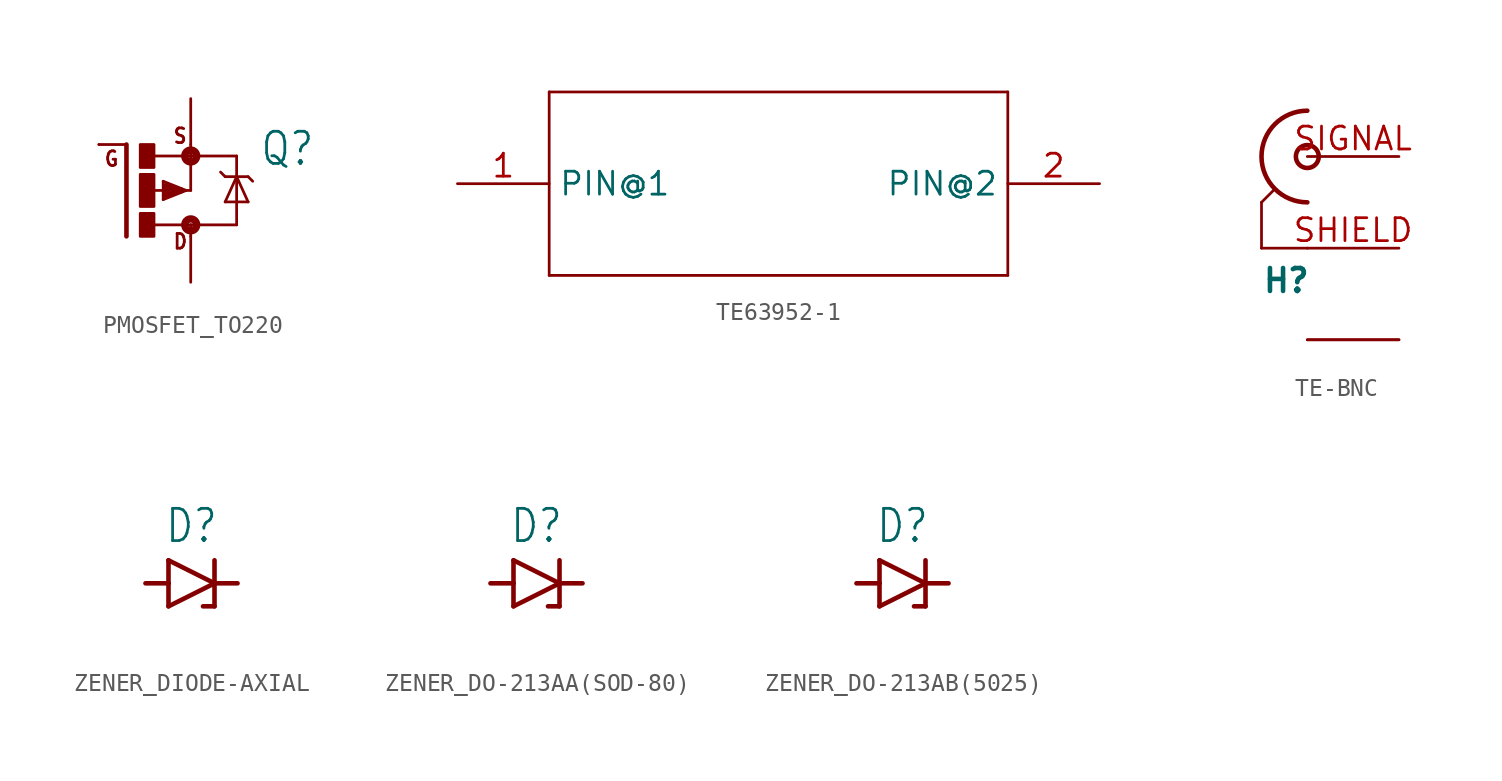
<source format=kicad_sym>
(kicad_symbol_lib
  (version 20220914)
  (generator kicad_symbol_editor)
  (symbol "PMOSFET_TO220"
    (property "Reference" "Q"
      (at 6.35 1.27 0)
      (effects (font (size 1.778 1.511)) (justify left bottom)))
    (property "Value" ""
      (at 6.35 -1.27 0)
      (effects (font (size 1.778 1.511)) (justify left bottom)))
    (property "ki_locked" ""
      (at 0 0 0)
      (effects (font (size 1.27 1.27))))
    (symbol "PMOSFET_TO220_1_0"
      (rectangle (start -0.254 -2.54) (end 0.508 -1.27) (stroke (width 0) (type default)) (fill (type outline)))
      (rectangle (start -0.254 -0.889) (end 0.508 0.889) (stroke (width 0) (type default)) (fill (type outline)))
      (rectangle (start -0.254 1.27) (end 0.508 2.54) (stroke (width 0) (type default)) (fill (type outline)))
      (polyline (pts (xy -1.016 -2.54) (xy -1.016 2.54)) (stroke (width 0.254) (type solid)) (fill (type none)))
      (polyline (pts (xy -1.016 2.54) (xy -2.54 2.54)) (stroke (width 0.152) (type solid)) (fill (type none)))
      (polyline (pts (xy 0.508 1.905) (xy 2.54 1.905)) (stroke (width 0.152) (type solid)) (fill (type none)))
      (polyline (pts (xy 1.016 -0.508) (xy 1.016 0.508)) (stroke (width 0.152) (type solid)) (fill (type none)))
      (polyline (pts (xy 1.016 0.508) (xy 2.286 0)) (stroke (width 0.152) (type solid)) (fill (type none)))
      (polyline (pts (xy 1.143 -0.254) (xy 1.143 0)) (stroke (width 0.305) (type solid)) (fill (type none)))
      (polyline (pts (xy 1.143 0) (xy 0.254 0)) (stroke (width 0.152) (type solid)) (fill (type none)))
      (polyline (pts (xy 1.143 0) (xy 1.397 0)) (stroke (width 0.305) (type solid)) (fill (type none)))
      (polyline (pts (xy 1.143 0.254) (xy 2.032 0)) (stroke (width 0.305) (type solid)) (fill (type none)))
      (polyline (pts (xy 2.032 0) (xy 1.143 -0.254)) (stroke (width 0.305) (type solid)) (fill (type none)))
      (polyline (pts (xy 2.235 0) (xy 2.286 0)) (stroke (width 0.152) (type solid)) (fill (type none)))
      (polyline (pts (xy 2.286 0) (xy 1.016 -0.508)) (stroke (width 0.152) (type solid)) (fill (type none)))
      (polyline (pts (xy 2.286 0) (xy 2.54 0)) (stroke (width 0.152) (type solid)) (fill (type none)))
      (polyline (pts (xy 2.54 -2.54) (xy 2.54 -1.905)) (stroke (width 0.152) (type solid)) (fill (type none)))
      (polyline (pts (xy 2.54 -1.905) (xy 0.533 -1.905)) (stroke (width 0.152) (type solid)) (fill (type none)))
      (polyline (pts (xy 2.54 -1.905) (xy 5.08 -1.905)) (stroke (width 0.152) (type solid)) (fill (type none)))
      (polyline (pts (xy 2.54 0) (xy 2.54 1.905)) (stroke (width 0.152) (type solid)) (fill (type none)))
      (polyline (pts (xy 2.54 1.905) (xy 2.54 2.54)) (stroke (width 0.152) (type solid)) (fill (type none)))
      (polyline (pts (xy 4.445 -0.635) (xy 5.08 0.762)) (stroke (width 0.152) (type solid)) (fill (type none)))
      (polyline (pts (xy 4.445 0.762) (xy 4.191 1.016)) (stroke (width 0.152) (type solid)) (fill (type none)))
      (polyline (pts (xy 5.08 0.762) (xy 4.445 0.762)) (stroke (width 0.152) (type solid)) (fill (type none)))
      (polyline (pts (xy 5.08 0.762) (xy 5.08 -1.905)) (stroke (width 0.152) (type solid)) (fill (type none)))
      (polyline (pts (xy 5.08 0.762) (xy 5.715 -0.635)) (stroke (width 0.152) (type solid)) (fill (type none)))
      (polyline (pts (xy 5.08 1.905) (xy 2.54 1.905)) (stroke (width 0.152) (type solid)) (fill (type none)))
      (polyline (pts (xy 5.08 1.905) (xy 5.08 0.762)) (stroke (width 0.152) (type solid)) (fill (type none)))
      (polyline (pts (xy 5.715 -0.635) (xy 4.445 -0.635)) (stroke (width 0.152) (type solid)) (fill (type none)))
      (polyline (pts (xy 5.715 0.762) (xy 5.08 0.762)) (stroke (width 0.152) (type solid)) (fill (type none)))
      (polyline (pts (xy 5.715 0.762) (xy 5.969 0.508)) (stroke (width 0.152) (type solid)) (fill (type none)))
      (circle (center 2.54 -1.905) (radius 0.127) (stroke (width 0.406) (type solid)) (fill (type none)))
      (circle (center 2.54 1.905) (radius 0.127) (stroke (width 0.406) (type solid)) (fill (type none)))
      (text "D" (at 1.524 -3.302 0) (effects (font (size 0.813 0.691)) (justify left bottom)))
      (text "G" (at -2.286 1.27 0) (effects (font (size 0.813 0.691)) (justify left bottom)))
      (text "S" (at 1.524 2.54 0) (effects (font (size 0.813 0.691)) (justify left bottom)))
      (pin passive line (at 2.54 -5.08 90) (length 2.54) (name "D" (effects (font (size 0 0)))) (number "D" (effects (font (size 0 0)))))
      (pin passive line (at -2.54 2.54 0) (length 0) (name "G" (effects (font (size 0 0)))) (number "G" (effects (font (size 0 0)))))
      (pin passive line (at 2.54 5.08 270) (length 2.54) (name "S" (effects (font (size 0 0)))) (number "S" (effects (font (size 0 0)))))))
  (symbol "TE63952-1"
    (property "Reference" ""
      (at -4.724 9.119 0)
      (effects (font (size 2.083 1.77)) (justify left bottom) hide))
    (property "ki_locked" ""
      (at 0 0 0)
      (effects (font (size 1.27 1.27))))
    (symbol "TE63952-1_1_0"
      (polyline (pts (xy -12.7 -5.08) (xy 12.7 -5.08)) (stroke (width 0.152) (type solid)) (fill (type none)))
      (polyline (pts (xy -12.7 5.08) (xy -12.7 -5.08)) (stroke (width 0.152) (type solid)) (fill (type none)))
      (polyline (pts (xy 12.7 -5.08) (xy 12.7 5.08)) (stroke (width 0.152) (type solid)) (fill (type none)))
      (polyline (pts (xy 12.7 5.08) (xy -12.7 5.08)) (stroke (width 0.152) (type solid)) (fill (type none)))
      (pin passive line (at -17.78 0 0) (length 5.08) (name "PIN@1" (effects (font (size 1.27 1.27)))) (number "1" (effects (font (size 1.27 1.27)))))
      (pin passive line (at 17.78 0 180) (length 5.08) (name "PIN@2" (effects (font (size 1.27 1.27)))) (number "2" (effects (font (size 1.27 1.27)))))))
  (symbol "TE-BNC"
    (property "Reference" "H"
      (at -2.54 -7.62 0)
      (effects (font (size 1.27 1.27) bold) (justify left bottom)))
    (property "Value" ""
      (at 2.54 2.54 0)
      (effects (font (size 1.27 1.27) bold) (justify left bottom)))
    (property "ki_locked" ""
      (at 0 0 0)
      (effects (font (size 1.27 1.27))))
    (symbol "TE-BNC_1_0"
      (polyline (pts (xy -2.54 -5.08) (xy -2.54 -2.54)) (stroke (width 0.152) (type solid)) (fill (type none)))
      (polyline (pts (xy -2.54 -2.54) (xy -1.778 -1.778)) (stroke (width 0.152) (type solid)) (fill (type none)))
      (polyline (pts (xy 0 -5.08) (xy -2.54 -5.08)) (stroke (width 0.152) (type solid)) (fill (type none)))
      (circle (center 0 0) (radius 0.635) (stroke (width 0.254) (type solid)) (fill (type none)))
      (arc (start 0 2.54) (mid -2.54 0) (end 0 -2.54) (stroke (width 0.254) (type solid)) (fill (type none)))
      (pin passive line (at 5.08 -10.16 180) (length 5.08) (name "P3" (effects (font (size 0 0)))) (number "P$1" (effects (font (size 0 0)))))
      (pin passive line (at 5.08 -10.16 180) (length 5.08) (name "P3" (effects (font (size 0 0)))) (number "P$2" (effects (font (size 0 0)))))
      (pin passive line (at 5.08 -5.08 180) (length 5.08) (name "P2" (effects (font (size 0 0)))) (number "SHIELD" (effects (font (size 1.27 1.27)))))
      (pin passive line (at 5.08 0 180) (length 5.08) (name "P1" (effects (font (size 0 0)))) (number "SIGNAL" (effects (font (size 1.27 1.27)))))))
  (symbol "ZENER_DIODE-AXIAL"
    (property "Reference" "D"
      (at 0 3.175 0)
      (effects (font (size 1.778 1.511))))
    (property "Value" ""
      (at 0 -3.429 0)
      (effects (font (size 1.778 1.511))))
    (property "ki_locked" ""
      (at 0 0 0)
      (effects (font (size 1.27 1.27))))
    (symbol "ZENER_DIODE-AXIAL_1_0"
      (polyline (pts (xy -1.27 -1.27) (xy 1.27 0)) (stroke (width 0.254) (type solid)) (fill (type none)))
      (polyline (pts (xy -1.27 0) (xy -2.54 0)) (stroke (width 0.254) (type solid)) (fill (type none)))
      (polyline (pts (xy -1.27 0) (xy -1.27 -1.27)) (stroke (width 0.254) (type solid)) (fill (type none)))
      (polyline (pts (xy -1.27 1.27) (xy -1.27 0)) (stroke (width 0.254) (type solid)) (fill (type none)))
      (polyline (pts (xy 1.27 -1.27) (xy 0.635 -1.27)) (stroke (width 0.254) (type solid)) (fill (type none)))
      (polyline (pts (xy 1.27 0) (xy -1.27 1.27)) (stroke (width 0.254) (type solid)) (fill (type none)))
      (polyline (pts (xy 1.27 0) (xy 1.27 -1.27)) (stroke (width 0.254) (type solid)) (fill (type none)))
      (polyline (pts (xy 1.27 0) (xy 2.54 0)) (stroke (width 0.254) (type solid)) (fill (type none)))
      (polyline (pts (xy 1.27 1.27) (xy 1.27 0)) (stroke (width 0.254) (type solid)) (fill (type none)))
      (pin passive line (at -2.54 0 0) (length 0) (name "A" (effects (font (size 0 0)))) (number "1" (effects (font (size 0 0)))))
      (pin passive line (at 2.54 0 180) (length 0) (name "C" (effects (font (size 0 0)))) (number "2" (effects (font (size 0 0)))))))
  (symbol "ZENER_DO-213AA(SOD-80)"
    (property "Reference" "D"
      (at 0 3.175 0)
      (effects (font (size 1.778 1.511))))
    (property "Value" ""
      (at 0 -3.429 0)
      (effects (font (size 1.778 1.511))))
    (property "ki_locked" ""
      (at 0 0 0)
      (effects (font (size 1.27 1.27))))
    (symbol "ZENER_DO-213AA(SOD-80)_1_0"
      (polyline (pts (xy -1.27 -1.27) (xy 1.27 0)) (stroke (width 0.254) (type solid)) (fill (type none)))
      (polyline (pts (xy -1.27 0) (xy -2.54 0)) (stroke (width 0.254) (type solid)) (fill (type none)))
      (polyline (pts (xy -1.27 0) (xy -1.27 -1.27)) (stroke (width 0.254) (type solid)) (fill (type none)))
      (polyline (pts (xy -1.27 1.27) (xy -1.27 0)) (stroke (width 0.254) (type solid)) (fill (type none)))
      (polyline (pts (xy 1.27 -1.27) (xy 0.635 -1.27)) (stroke (width 0.254) (type solid)) (fill (type none)))
      (polyline (pts (xy 1.27 0) (xy -1.27 1.27)) (stroke (width 0.254) (type solid)) (fill (type none)))
      (polyline (pts (xy 1.27 0) (xy 1.27 -1.27)) (stroke (width 0.254) (type solid)) (fill (type none)))
      (polyline (pts (xy 1.27 0) (xy 2.54 0)) (stroke (width 0.254) (type solid)) (fill (type none)))
      (polyline (pts (xy 1.27 1.27) (xy 1.27 0)) (stroke (width 0.254) (type solid)) (fill (type none)))
      (pin passive line (at 2.54 0 180) (length 0) (name "C" (effects (font (size 0 0)))) (number "1" (effects (font (size 0 0)))))
      (pin passive line (at -2.54 0 0) (length 0) (name "A" (effects (font (size 0 0)))) (number "2" (effects (font (size 0 0)))))))
  (symbol "ZENER_DO-213AB(5025)"
    (property "Reference" "D"
      (at 0 3.175 0)
      (effects (font (size 1.778 1.511))))
    (property "Value" ""
      (at 0 -3.429 0)
      (effects (font (size 1.778 1.511))))
    (property "ki_locked" ""
      (at 0 0 0)
      (effects (font (size 1.27 1.27))))
    (symbol "ZENER_DO-213AB(5025)_1_0"
      (polyline (pts (xy -1.27 -1.27) (xy 1.27 0)) (stroke (width 0.254) (type solid)) (fill (type none)))
      (polyline (pts (xy -1.27 0) (xy -2.54 0)) (stroke (width 0.254) (type solid)) (fill (type none)))
      (polyline (pts (xy -1.27 0) (xy -1.27 -1.27)) (stroke (width 0.254) (type solid)) (fill (type none)))
      (polyline (pts (xy -1.27 1.27) (xy -1.27 0)) (stroke (width 0.254) (type solid)) (fill (type none)))
      (polyline (pts (xy 1.27 -1.27) (xy 0.635 -1.27)) (stroke (width 0.254) (type solid)) (fill (type none)))
      (polyline (pts (xy 1.27 0) (xy -1.27 1.27)) (stroke (width 0.254) (type solid)) (fill (type none)))
      (polyline (pts (xy 1.27 0) (xy 1.27 -1.27)) (stroke (width 0.254) (type solid)) (fill (type none)))
      (polyline (pts (xy 1.27 0) (xy 2.54 0)) (stroke (width 0.254) (type solid)) (fill (type none)))
      (polyline (pts (xy 1.27 1.27) (xy 1.27 0)) (stroke (width 0.254) (type solid)) (fill (type none)))
      (pin passive line (at 2.54 0 180) (length 0) (name "C" (effects (font (size 0 0)))) (number "1" (effects (font (size 0 0)))))
      (pin passive line (at -2.54 0 0) (length 0) (name "A" (effects (font (size 0 0)))) (number "2" (effects (font (size 0 0))))))))
</source>
